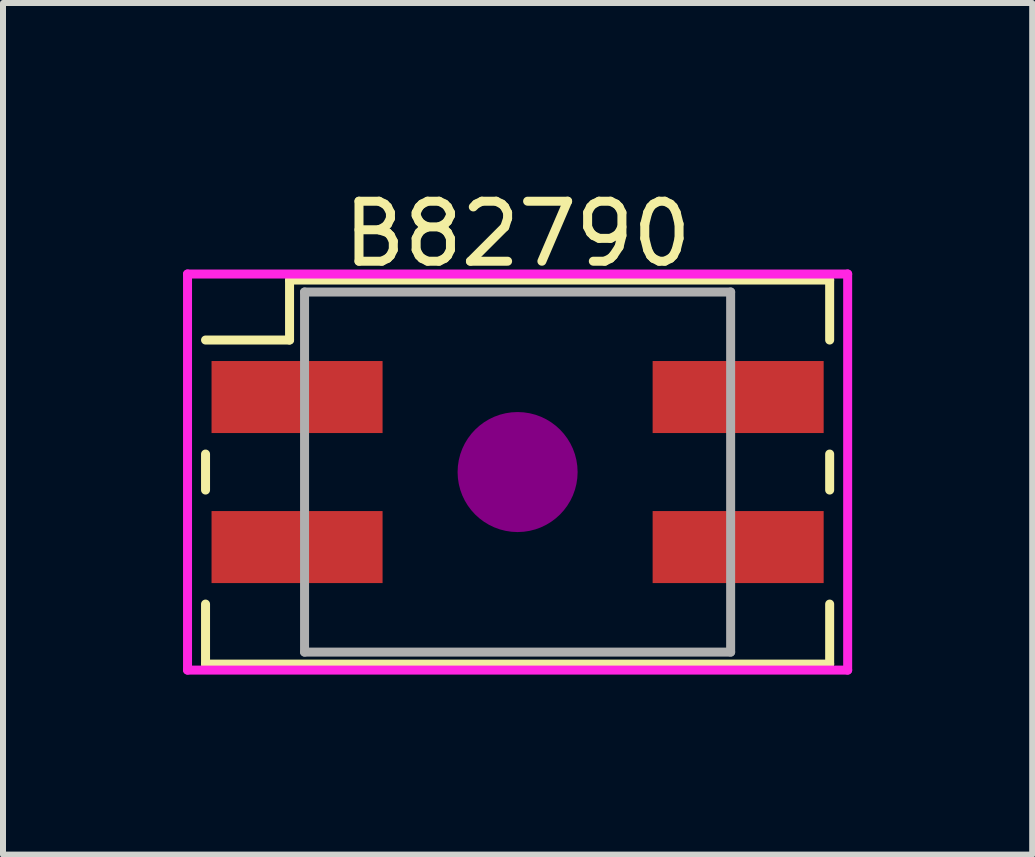
<source format=kicad_pcb>
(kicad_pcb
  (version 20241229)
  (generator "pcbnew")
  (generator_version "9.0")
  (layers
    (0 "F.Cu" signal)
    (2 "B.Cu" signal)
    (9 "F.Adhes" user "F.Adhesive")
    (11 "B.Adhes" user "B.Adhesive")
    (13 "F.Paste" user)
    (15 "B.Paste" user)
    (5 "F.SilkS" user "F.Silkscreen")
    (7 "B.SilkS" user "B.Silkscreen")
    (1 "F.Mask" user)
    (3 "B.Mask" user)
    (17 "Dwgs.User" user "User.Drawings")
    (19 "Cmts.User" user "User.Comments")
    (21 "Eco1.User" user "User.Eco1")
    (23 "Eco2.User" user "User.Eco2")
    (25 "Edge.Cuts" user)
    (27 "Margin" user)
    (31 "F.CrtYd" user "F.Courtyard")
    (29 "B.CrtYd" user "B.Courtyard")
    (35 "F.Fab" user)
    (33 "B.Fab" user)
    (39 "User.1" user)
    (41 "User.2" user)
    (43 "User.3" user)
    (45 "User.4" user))
  (footprint "B82790"
    (layer "F.Cu")
    (at 5.575 4.816)
    (property "Reference" "B82790" (at 0 -3.968 0) (layer "F.SilkS") (effects (font (size 1 1) (thickness 0.15))))
    (attr through_hole)
    (fp_line (start -5.2 -0.3) (end -5.2 0.3) (stroke (width 0.15) (type solid)) (layer "F.SilkS"))
    (fp_line (start -5.2 2.2) (end -5.2 3.2) (stroke (width 0.15) (type solid)) (layer "F.SilkS"))
    (fp_line (start -5.2 3.2) (end 5.2 3.2) (stroke (width 0.15) (type solid)) (layer "F.SilkS"))
    (fp_line (start -3.8 -3.2) (end -3.8 -2.2) (stroke (width 0.15) (type solid)) (layer "F.SilkS"))
    (fp_line (start -3.8 -2.2) (end -5.2 -2.2) (stroke (width 0.15) (type solid)) (layer "F.SilkS"))
    (fp_line (start 5.2 -3.2) (end -3.8 -3.2) (stroke (width 0.15) (type solid)) (layer "F.SilkS"))
    (fp_line (start 5.2 -2.2) (end 5.2 -3.2) (stroke (width 0.15) (type solid)) (layer "F.SilkS"))
    (fp_line (start 5.2 0.3) (end 5.2 -0.3) (stroke (width 0.15) (type solid)) (layer "F.SilkS"))
    (fp_line (start 5.2 3.2) (end 5.2 2.2) (stroke (width 0.15) (type solid)) (layer "F.SilkS"))
    (fp_circle (center 0 0) (end 0.5 0) (stroke (width 1) (type solid)) (fill no) (layer "F.Adhes"))
    (fp_line (start -5.5 -3.3) (end 5.5 -3.3) (stroke (width 0.15) (type solid)) (layer "F.CrtYd"))
    (fp_line (start -5.5 3.3) (end -5.5 -3.3) (stroke (width 0.15) (type solid)) (layer "F.CrtYd"))
    (fp_line (start 5.5 -3.3) (end 5.5 3.3) (stroke (width 0.15) (type solid)) (layer "F.CrtYd"))
    (fp_line (start 5.5 3.3) (end -5.5 3.3) (stroke (width 0.15) (type solid)) (layer "F.CrtYd"))
    (fp_line (start -3.55 -3) (end 3.55 -3) (stroke (width 0.15) (type solid)) (layer "F.Fab"))
    (fp_line (start -3.55 3) (end -3.55 -3) (stroke (width 0.15) (type solid)) (layer "F.Fab"))
    (fp_line (start 3.55 -3) (end 3.55 3) (stroke (width 0.15) (type solid)) (layer "F.Fab"))
    (fp_line (start 3.55 3) (end -3.55 3) (stroke (width 0.15) (type solid)) (layer "F.Fab"))
    (pad "1" smd rect (at -3.675 -1.25) (size 2.85 1.2) (layers "F.Cu" "F.Mask" "F.Paste"))
    (pad "2" smd rect (at 3.675 -1.25) (size 2.85 1.2) (layers "F.Cu" "F.Mask" "F.Paste"))
    (pad "3" smd rect (at -3.675 1.25) (size 2.85 1.2) (layers "F.Cu" "F.Mask" "F.Paste"))
    (pad "4" smd rect (at 3.675 1.25) (size 2.85 1.2) (layers "F.Cu" "F.Mask" "F.Paste")))
  (gr_rect
    (start -3 -3)
    (end 14.15 11.191)
    (stroke (width 0.1) (type default))
    (fill no)
    (layer "Edge.Cuts")))
</source>
